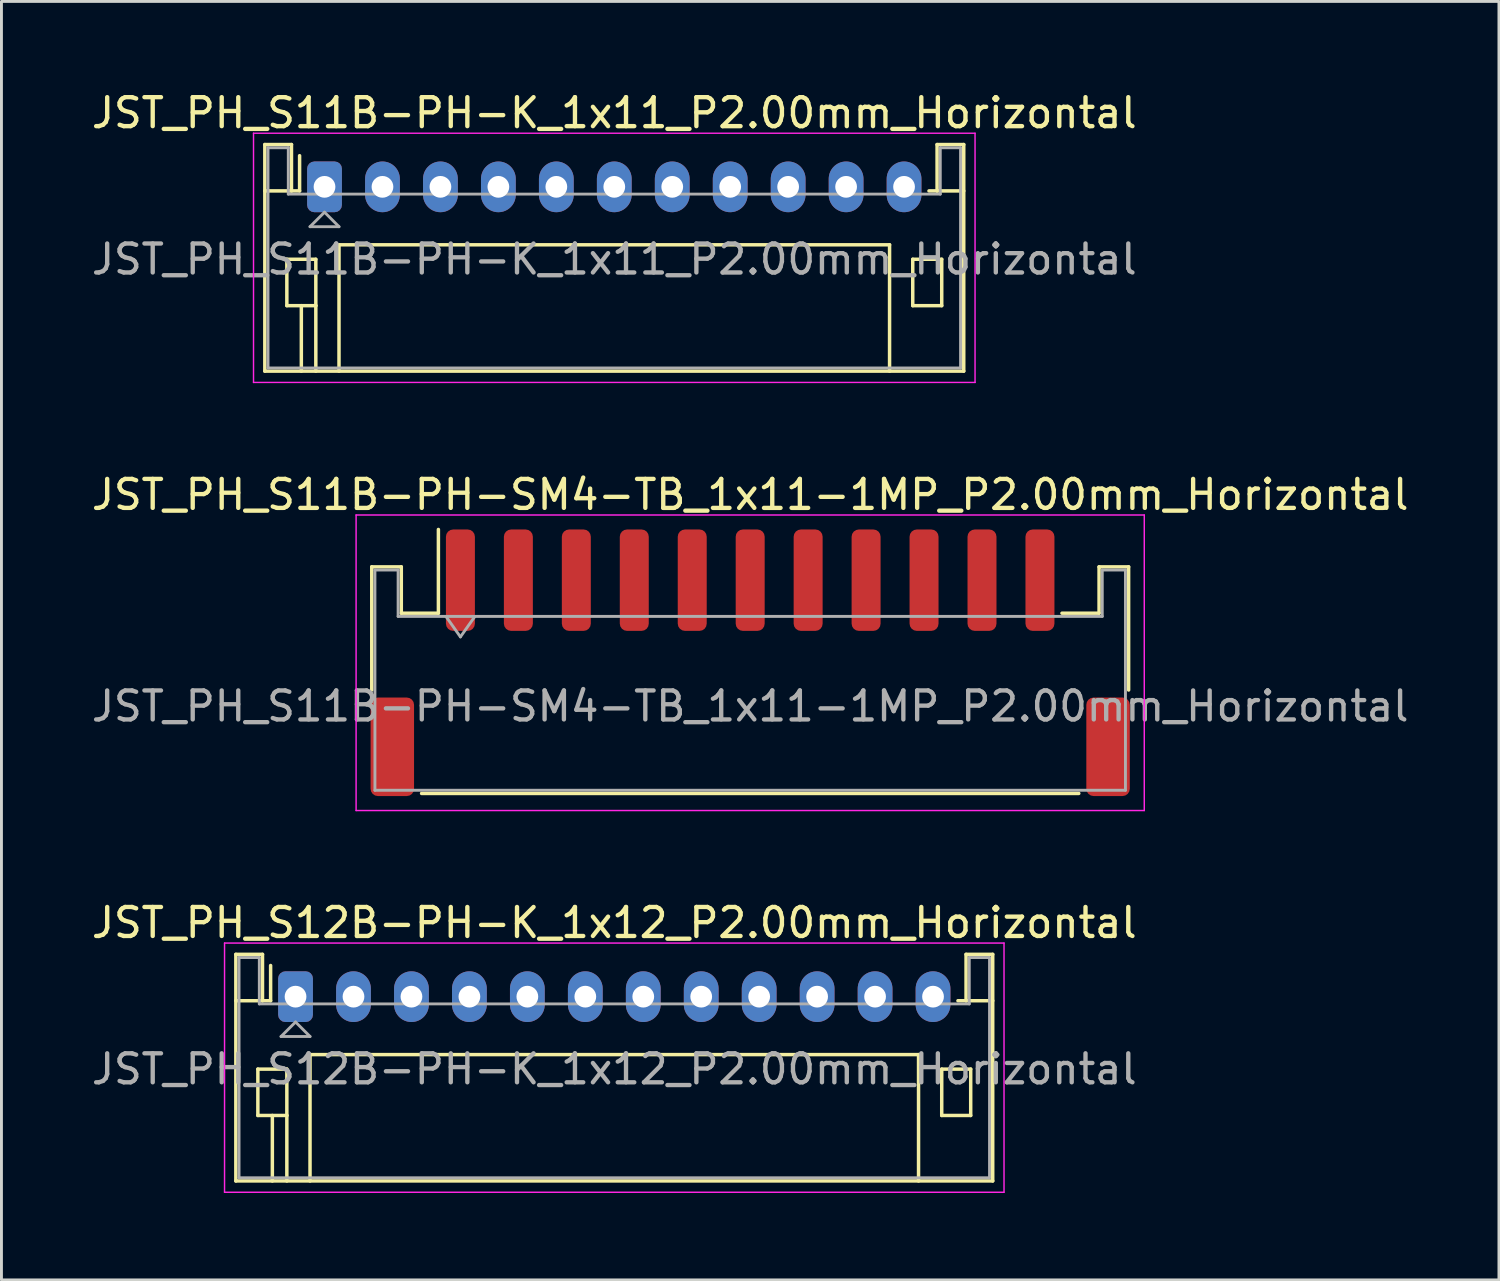
<source format=kicad_pcb>
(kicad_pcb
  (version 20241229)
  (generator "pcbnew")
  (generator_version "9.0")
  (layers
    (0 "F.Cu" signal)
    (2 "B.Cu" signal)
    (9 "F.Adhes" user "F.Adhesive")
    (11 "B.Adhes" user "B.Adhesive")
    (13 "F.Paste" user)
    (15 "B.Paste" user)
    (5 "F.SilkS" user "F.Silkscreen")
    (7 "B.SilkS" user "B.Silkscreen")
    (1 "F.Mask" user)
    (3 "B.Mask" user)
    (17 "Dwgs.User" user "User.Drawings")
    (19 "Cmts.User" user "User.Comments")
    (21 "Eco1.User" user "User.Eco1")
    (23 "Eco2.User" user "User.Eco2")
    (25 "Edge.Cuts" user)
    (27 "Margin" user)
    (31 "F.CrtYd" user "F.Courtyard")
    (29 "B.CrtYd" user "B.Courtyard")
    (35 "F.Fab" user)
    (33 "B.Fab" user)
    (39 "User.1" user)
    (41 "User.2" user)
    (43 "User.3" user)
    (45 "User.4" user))
  (footprint "JST_PH_S11B-PH-SM4-TB_1x11-1MP_P2.00mm_Horizontal"
    (layer "F.Cu")
    (at 22.839 19.822)
    (property "Reference" "JST_PH_S11B-PH-SM4-TB_1x11-1MP_P2.00mm_Horizontal" (at 0 -5.8 0) (layer "F.SilkS") (effects (font (size 1 1) (thickness 0.15))))
    (attr smd)
    (fp_line (start -13.06 -3.31) (end -12.04 -3.31) (stroke (width 0.12) (type solid)) (layer "F.SilkS"))
    (fp_line (start -13.06 0.94) (end -13.06 -3.31) (stroke (width 0.12) (type solid)) (layer "F.SilkS"))
    (fp_line (start -12.04 -3.31) (end -12.04 -1.71) (stroke (width 0.12) (type solid)) (layer "F.SilkS"))
    (fp_line (start -12.04 -1.71) (end -10.76 -1.71) (stroke (width 0.12) (type solid)) (layer "F.SilkS"))
    (fp_line (start -11.34 4.51) (end 11.34 4.51) (stroke (width 0.12) (type solid)) (layer "F.SilkS"))
    (fp_line (start -10.76 -1.71) (end -10.76 -4.6) (stroke (width 0.12) (type solid)) (layer "F.SilkS"))
    (fp_line (start 12.04 -3.31) (end 12.04 -1.71) (stroke (width 0.12) (type solid)) (layer "F.SilkS"))
    (fp_line (start 12.04 -1.71) (end 10.76 -1.71) (stroke (width 0.12) (type solid)) (layer "F.SilkS"))
    (fp_line (start 13.06 -3.31) (end 12.04 -3.31) (stroke (width 0.12) (type solid)) (layer "F.SilkS"))
    (fp_line (start 13.06 0.94) (end 13.06 -3.31) (stroke (width 0.12) (type solid)) (layer "F.SilkS"))
    (fp_line (start -13.6 -5.1) (end -13.6 5.1) (stroke (width 0.05) (type solid)) (layer "F.CrtYd"))
    (fp_line (start -13.6 5.1) (end 13.6 5.1) (stroke (width 0.05) (type solid)) (layer "F.CrtYd"))
    (fp_line (start 13.6 -5.1) (end -13.6 -5.1) (stroke (width 0.05) (type solid)) (layer "F.CrtYd"))
    (fp_line (start 13.6 5.1) (end 13.6 -5.1) (stroke (width 0.05) (type solid)) (layer "F.CrtYd"))
    (fp_line (start -12.95 -3.2) (end -12.95 4.4) (stroke (width 0.1) (type solid)) (layer "F.Fab"))
    (fp_line (start -12.95 -3.2) (end -12.15 -3.2) (stroke (width 0.1) (type solid)) (layer "F.Fab"))
    (fp_line (start -12.95 4.4) (end 12.95 4.4) (stroke (width 0.1) (type solid)) (layer "F.Fab"))
    (fp_line (start -12.15 -3.2) (end -12.15 -1.6) (stroke (width 0.1) (type solid)) (layer "F.Fab"))
    (fp_line (start -12.15 -1.6) (end 12.15 -1.6) (stroke (width 0.1) (type solid)) (layer "F.Fab"))
    (fp_line (start -10.5 -1.6) (end -10 -0.893) (stroke (width 0.1) (type solid)) (layer "F.Fab"))
    (fp_line (start -10 -0.893) (end -9.5 -1.6) (stroke (width 0.1) (type solid)) (layer "F.Fab"))
    (fp_line (start 12.15 -3.2) (end 12.95 -3.2) (stroke (width 0.1) (type solid)) (layer "F.Fab"))
    (fp_line (start 12.15 -1.6) (end 12.15 -3.2) (stroke (width 0.1) (type solid)) (layer "F.Fab"))
    (fp_line (start 12.95 -3.2) (end 12.95 4.4) (stroke (width 0.1) (type solid)) (layer "F.Fab"))
    (fp_text user "${REFERENCE}" (at 0 1.5 0) (layer "F.Fab") (effects (font (size 1 1) (thickness 0.15))))
    (pad "1" smd roundrect (at -10 -2.85) (size 1 3.5) (layers "F.Cu" "F.Mask" "F.Paste") (roundrect_rratio 0.25))
    (pad "2" smd roundrect (at -8 -2.85) (size 1 3.5) (layers "F.Cu" "F.Mask" "F.Paste") (roundrect_rratio 0.25))
    (pad "3" smd roundrect (at -6 -2.85) (size 1 3.5) (layers "F.Cu" "F.Mask" "F.Paste") (roundrect_rratio 0.25))
    (pad "4" smd roundrect (at -4 -2.85) (size 1 3.5) (layers "F.Cu" "F.Mask" "F.Paste") (roundrect_rratio 0.25))
    (pad "5" smd roundrect (at -2 -2.85) (size 1 3.5) (layers "F.Cu" "F.Mask" "F.Paste") (roundrect_rratio 0.25))
    (pad "6" smd roundrect (at 0 -2.85) (size 1 3.5) (layers "F.Cu" "F.Mask" "F.Paste") (roundrect_rratio 0.25))
    (pad "7" smd roundrect (at 2 -2.85) (size 1 3.5) (layers "F.Cu" "F.Mask" "F.Paste") (roundrect_rratio 0.25))
    (pad "8" smd roundrect (at 4 -2.85) (size 1 3.5) (layers "F.Cu" "F.Mask" "F.Paste") (roundrect_rratio 0.25))
    (pad "9" smd roundrect (at 6 -2.85) (size 1 3.5) (layers "F.Cu" "F.Mask" "F.Paste") (roundrect_rratio 0.25))
    (pad "10" smd roundrect (at 8 -2.85) (size 1 3.5) (layers "F.Cu" "F.Mask" "F.Paste") (roundrect_rratio 0.25))
    (pad "11" smd roundrect (at 10 -2.85) (size 1 3.5) (layers "F.Cu" "F.Mask" "F.Paste") (roundrect_rratio 0.25))
    (pad "MP" smd roundrect (at -12.35 2.9) (size 1.5 3.4) (layers "F.Cu" "F.Mask" "F.Paste") (roundrect_rratio 0.167))
    (pad "MP" smd roundrect (at 12.35 2.9) (size 1.5 3.4) (layers "F.Cu" "F.Mask" "F.Paste") (roundrect_rratio 0.167)))
  (footprint "JST_PH_S12B-PH-K_1x12_P2.00mm_Horizontal"
    (layer "F.Cu")
    (at 7.149 31.345)
    (property "Reference" "JST_PH_S12B-PH-K_1x12_P2.00mm_Horizontal" (at 11 -2.55 0) (layer "F.SilkS") (effects (font (size 1 1) (thickness 0.15))))
    (attr through_hole)
    (fp_line (start -2.06 -1.46) (end -2.06 6.36) (stroke (width 0.12) (type solid)) (layer "F.SilkS"))
    (fp_line (start -2.06 0.14) (end -1.14 0.14) (stroke (width 0.12) (type solid)) (layer "F.SilkS"))
    (fp_line (start -2.06 6.36) (end 24.06 6.36) (stroke (width 0.12) (type solid)) (layer "F.SilkS"))
    (fp_line (start -1.3 2.5) (end -1.3 4.1) (stroke (width 0.12) (type solid)) (layer "F.SilkS"))
    (fp_line (start -1.3 4.1) (end -0.3 4.1) (stroke (width 0.12) (type solid)) (layer "F.SilkS"))
    (fp_line (start -1.14 -1.46) (end -2.06 -1.46) (stroke (width 0.12) (type solid)) (layer "F.SilkS"))
    (fp_line (start -1.14 0.14) (end -1.14 -1.46) (stroke (width 0.12) (type solid)) (layer "F.SilkS"))
    (fp_line (start -0.86 0.14) (end -1.14 0.14) (stroke (width 0.12) (type solid)) (layer "F.SilkS"))
    (fp_line (start -0.86 0.14) (end -0.86 -1.075) (stroke (width 0.12) (type solid)) (layer "F.SilkS"))
    (fp_line (start -0.8 4.1) (end -0.8 6.36) (stroke (width 0.12) (type solid)) (layer "F.SilkS"))
    (fp_line (start -0.3 2.5) (end -1.3 2.5) (stroke (width 0.12) (type solid)) (layer "F.SilkS"))
    (fp_line (start -0.3 4.1) (end -0.3 2.5) (stroke (width 0.12) (type solid)) (layer "F.SilkS"))
    (fp_line (start -0.3 4.1) (end -0.3 6.36) (stroke (width 0.12) (type solid)) (layer "F.SilkS"))
    (fp_line (start 0.5 2) (end 21.5 2) (stroke (width 0.12) (type solid)) (layer "F.SilkS"))
    (fp_line (start 0.5 6.36) (end 0.5 2) (stroke (width 0.12) (type solid)) (layer "F.SilkS"))
    (fp_line (start 21.5 2) (end 21.5 6.36) (stroke (width 0.12) (type solid)) (layer "F.SilkS"))
    (fp_line (start 22.3 2.5) (end 23.3 2.5) (stroke (width 0.12) (type solid)) (layer "F.SilkS"))
    (fp_line (start 22.3 4.1) (end 22.3 2.5) (stroke (width 0.12) (type solid)) (layer "F.SilkS"))
    (fp_line (start 23.14 -1.46) (end 23.14 0.14) (stroke (width 0.12) (type solid)) (layer "F.SilkS"))
    (fp_line (start 23.14 0.14) (end 22.86 0.14) (stroke (width 0.12) (type solid)) (layer "F.SilkS"))
    (fp_line (start 23.3 2.5) (end 23.3 4.1) (stroke (width 0.12) (type solid)) (layer "F.SilkS"))
    (fp_line (start 23.3 4.1) (end 22.3 4.1) (stroke (width 0.12) (type solid)) (layer "F.SilkS"))
    (fp_line (start 24.06 -1.46) (end 23.14 -1.46) (stroke (width 0.12) (type solid)) (layer "F.SilkS"))
    (fp_line (start 24.06 0.14) (end 23.14 0.14) (stroke (width 0.12) (type solid)) (layer "F.SilkS"))
    (fp_line (start 24.06 6.36) (end 24.06 -1.46) (stroke (width 0.12) (type solid)) (layer "F.SilkS"))
    (fp_line (start -2.45 -1.85) (end -2.45 6.75) (stroke (width 0.05) (type solid)) (layer "F.CrtYd"))
    (fp_line (start -2.45 6.75) (end 24.45 6.75) (stroke (width 0.05) (type solid)) (layer "F.CrtYd"))
    (fp_line (start 24.45 -1.85) (end -2.45 -1.85) (stroke (width 0.05) (type solid)) (layer "F.CrtYd"))
    (fp_line (start 24.45 6.75) (end 24.45 -1.85) (stroke (width 0.05) (type solid)) (layer "F.CrtYd"))
    (fp_line (start -1.95 -1.35) (end -1.95 6.25) (stroke (width 0.1) (type solid)) (layer "F.Fab"))
    (fp_line (start -1.95 6.25) (end 23.95 6.25) (stroke (width 0.1) (type solid)) (layer "F.Fab"))
    (fp_line (start -1.25 -1.35) (end -1.95 -1.35) (stroke (width 0.1) (type solid)) (layer "F.Fab"))
    (fp_line (start -1.25 0.25) (end -1.25 -1.35) (stroke (width 0.1) (type solid)) (layer "F.Fab"))
    (fp_line (start -0.5 1.375) (end 0.5 1.375) (stroke (width 0.1) (type solid)) (layer "F.Fab"))
    (fp_line (start 0 0.875) (end -0.5 1.375) (stroke (width 0.1) (type solid)) (layer "F.Fab"))
    (fp_line (start 0.5 1.375) (end 0 0.875) (stroke (width 0.1) (type solid)) (layer "F.Fab"))
    (fp_line (start 23.25 -1.35) (end 23.25 0.25) (stroke (width 0.1) (type solid)) (layer "F.Fab"))
    (fp_line (start 23.25 0.25) (end -1.25 0.25) (stroke (width 0.1) (type solid)) (layer "F.Fab"))
    (fp_line (start 23.95 -1.35) (end 23.25 -1.35) (stroke (width 0.1) (type solid)) (layer "F.Fab"))
    (fp_line (start 23.95 6.25) (end 23.95 -1.35) (stroke (width 0.1) (type solid)) (layer "F.Fab"))
    (fp_text user "${REFERENCE}" (at 11 2.5 0) (layer "F.Fab") (effects (font (size 1 1) (thickness 0.15))))
    (pad "1" thru_hole roundrect (at 0 0) (size 1.2 1.75) (drill 0.75) (layers "*.Cu" "*.Mask") (roundrect_rratio 0.208))
    (pad "2" thru_hole oval (at 2 0) (size 1.2 1.75) (drill 0.75) (layers "*.Cu" "*.Mask"))
    (pad "3" thru_hole oval (at 4 0) (size 1.2 1.75) (drill 0.75) (layers "*.Cu" "*.Mask"))
    (pad "4" thru_hole oval (at 6 0) (size 1.2 1.75) (drill 0.75) (layers "*.Cu" "*.Mask"))
    (pad "5" thru_hole oval (at 8 0) (size 1.2 1.75) (drill 0.75) (layers "*.Cu" "*.Mask"))
    (pad "6" thru_hole oval (at 10 0) (size 1.2 1.75) (drill 0.75) (layers "*.Cu" "*.Mask"))
    (pad "7" thru_hole oval (at 12 0) (size 1.2 1.75) (drill 0.75) (layers "*.Cu" "*.Mask"))
    (pad "8" thru_hole oval (at 14 0) (size 1.2 1.75) (drill 0.75) (layers "*.Cu" "*.Mask"))
    (pad "9" thru_hole oval (at 16 0) (size 1.2 1.75) (drill 0.75) (layers "*.Cu" "*.Mask"))
    (pad "10" thru_hole oval (at 18 0) (size 1.2 1.75) (drill 0.75) (layers "*.Cu" "*.Mask"))
    (pad "11" thru_hole oval (at 20 0) (size 1.2 1.75) (drill 0.75) (layers "*.Cu" "*.Mask"))
    (pad "12" thru_hole oval (at 22 0) (size 1.2 1.75) (drill 0.75) (layers "*.Cu" "*.Mask")))
  (footprint "JST_PH_S11B-PH-K_1x11_P2.00mm_Horizontal"
    (layer "F.Cu")
    (at 8.149 3.398)
    (property "Reference" "JST_PH_S11B-PH-K_1x11_P2.00mm_Horizontal" (at 10 -2.55 0) (layer "F.SilkS") (effects (font (size 1 1) (thickness 0.15))))
    (attr through_hole)
    (fp_line (start -2.06 -1.46) (end -2.06 6.36) (stroke (width 0.12) (type solid)) (layer "F.SilkS"))
    (fp_line (start -2.06 0.14) (end -1.14 0.14) (stroke (width 0.12) (type solid)) (layer "F.SilkS"))
    (fp_line (start -2.06 6.36) (end 22.06 6.36) (stroke (width 0.12) (type solid)) (layer "F.SilkS"))
    (fp_line (start -1.3 2.5) (end -1.3 4.1) (stroke (width 0.12) (type solid)) (layer "F.SilkS"))
    (fp_line (start -1.3 4.1) (end -0.3 4.1) (stroke (width 0.12) (type solid)) (layer "F.SilkS"))
    (fp_line (start -1.14 -1.46) (end -2.06 -1.46) (stroke (width 0.12) (type solid)) (layer "F.SilkS"))
    (fp_line (start -1.14 0.14) (end -1.14 -1.46) (stroke (width 0.12) (type solid)) (layer "F.SilkS"))
    (fp_line (start -0.86 0.14) (end -1.14 0.14) (stroke (width 0.12) (type solid)) (layer "F.SilkS"))
    (fp_line (start -0.86 0.14) (end -0.86 -1.075) (stroke (width 0.12) (type solid)) (layer "F.SilkS"))
    (fp_line (start -0.8 4.1) (end -0.8 6.36) (stroke (width 0.12) (type solid)) (layer "F.SilkS"))
    (fp_line (start -0.3 2.5) (end -1.3 2.5) (stroke (width 0.12) (type solid)) (layer "F.SilkS"))
    (fp_line (start -0.3 4.1) (end -0.3 2.5) (stroke (width 0.12) (type solid)) (layer "F.SilkS"))
    (fp_line (start -0.3 4.1) (end -0.3 6.36) (stroke (width 0.12) (type solid)) (layer "F.SilkS"))
    (fp_line (start 0.5 2) (end 19.5 2) (stroke (width 0.12) (type solid)) (layer "F.SilkS"))
    (fp_line (start 0.5 6.36) (end 0.5 2) (stroke (width 0.12) (type solid)) (layer "F.SilkS"))
    (fp_line (start 19.5 2) (end 19.5 6.36) (stroke (width 0.12) (type solid)) (layer "F.SilkS"))
    (fp_line (start 20.3 2.5) (end 21.3 2.5) (stroke (width 0.12) (type solid)) (layer "F.SilkS"))
    (fp_line (start 20.3 4.1) (end 20.3 2.5) (stroke (width 0.12) (type solid)) (layer "F.SilkS"))
    (fp_line (start 21.14 -1.46) (end 21.14 0.14) (stroke (width 0.12) (type solid)) (layer "F.SilkS"))
    (fp_line (start 21.14 0.14) (end 20.86 0.14) (stroke (width 0.12) (type solid)) (layer "F.SilkS"))
    (fp_line (start 21.3 2.5) (end 21.3 4.1) (stroke (width 0.12) (type solid)) (layer "F.SilkS"))
    (fp_line (start 21.3 4.1) (end 20.3 4.1) (stroke (width 0.12) (type solid)) (layer "F.SilkS"))
    (fp_line (start 22.06 -1.46) (end 21.14 -1.46) (stroke (width 0.12) (type solid)) (layer "F.SilkS"))
    (fp_line (start 22.06 0.14) (end 21.14 0.14) (stroke (width 0.12) (type solid)) (layer "F.SilkS"))
    (fp_line (start 22.06 6.36) (end 22.06 -1.46) (stroke (width 0.12) (type solid)) (layer "F.SilkS"))
    (fp_line (start -2.45 -1.85) (end -2.45 6.75) (stroke (width 0.05) (type solid)) (layer "F.CrtYd"))
    (fp_line (start -2.45 6.75) (end 22.45 6.75) (stroke (width 0.05) (type solid)) (layer "F.CrtYd"))
    (fp_line (start 22.45 -1.85) (end -2.45 -1.85) (stroke (width 0.05) (type solid)) (layer "F.CrtYd"))
    (fp_line (start 22.45 6.75) (end 22.45 -1.85) (stroke (width 0.05) (type solid)) (layer "F.CrtYd"))
    (fp_line (start -1.95 -1.35) (end -1.95 6.25) (stroke (width 0.1) (type solid)) (layer "F.Fab"))
    (fp_line (start -1.95 6.25) (end 21.95 6.25) (stroke (width 0.1) (type solid)) (layer "F.Fab"))
    (fp_line (start -1.25 -1.35) (end -1.95 -1.35) (stroke (width 0.1) (type solid)) (layer "F.Fab"))
    (fp_line (start -1.25 0.25) (end -1.25 -1.35) (stroke (width 0.1) (type solid)) (layer "F.Fab"))
    (fp_line (start -0.5 1.375) (end 0.5 1.375) (stroke (width 0.1) (type solid)) (layer "F.Fab"))
    (fp_line (start 0 0.875) (end -0.5 1.375) (stroke (width 0.1) (type solid)) (layer "F.Fab"))
    (fp_line (start 0.5 1.375) (end 0 0.875) (stroke (width 0.1) (type solid)) (layer "F.Fab"))
    (fp_line (start 21.25 -1.35) (end 21.25 0.25) (stroke (width 0.1) (type solid)) (layer "F.Fab"))
    (fp_line (start 21.25 0.25) (end -1.25 0.25) (stroke (width 0.1) (type solid)) (layer "F.Fab"))
    (fp_line (start 21.95 -1.35) (end 21.25 -1.35) (stroke (width 0.1) (type solid)) (layer "F.Fab"))
    (fp_line (start 21.95 6.25) (end 21.95 -1.35) (stroke (width 0.1) (type solid)) (layer "F.Fab"))
    (fp_text user "${REFERENCE}" (at 10 2.5 0) (layer "F.Fab") (effects (font (size 1 1) (thickness 0.15))))
    (pad "1" thru_hole roundrect (at 0 0) (size 1.2 1.75) (drill 0.75) (layers "*.Cu" "*.Mask") (roundrect_rratio 0.208))
    (pad "2" thru_hole oval (at 2 0) (size 1.2 1.75) (drill 0.75) (layers "*.Cu" "*.Mask"))
    (pad "3" thru_hole oval (at 4 0) (size 1.2 1.75) (drill 0.75) (layers "*.Cu" "*.Mask"))
    (pad "4" thru_hole oval (at 6 0) (size 1.2 1.75) (drill 0.75) (layers "*.Cu" "*.Mask"))
    (pad "5" thru_hole oval (at 8 0) (size 1.2 1.75) (drill 0.75) (layers "*.Cu" "*.Mask"))
    (pad "6" thru_hole oval (at 10 0) (size 1.2 1.75) (drill 0.75) (layers "*.Cu" "*.Mask"))
    (pad "7" thru_hole oval (at 12 0) (size 1.2 1.75) (drill 0.75) (layers "*.Cu" "*.Mask"))
    (pad "8" thru_hole oval (at 14 0) (size 1.2 1.75) (drill 0.75) (layers "*.Cu" "*.Mask"))
    (pad "9" thru_hole oval (at 16 0) (size 1.2 1.75) (drill 0.75) (layers "*.Cu" "*.Mask"))
    (pad "10" thru_hole oval (at 18 0) (size 1.2 1.75) (drill 0.75) (layers "*.Cu" "*.Mask"))
    (pad "11" thru_hole oval (at 20 0) (size 1.2 1.75) (drill 0.75) (layers "*.Cu" "*.Mask")))
  (gr_rect
    (start -3 -3)
    (end 48.679 41.12)
    (stroke (width 0.1) (type default))
    (fill no)
    (layer "Edge.Cuts")))
</source>
